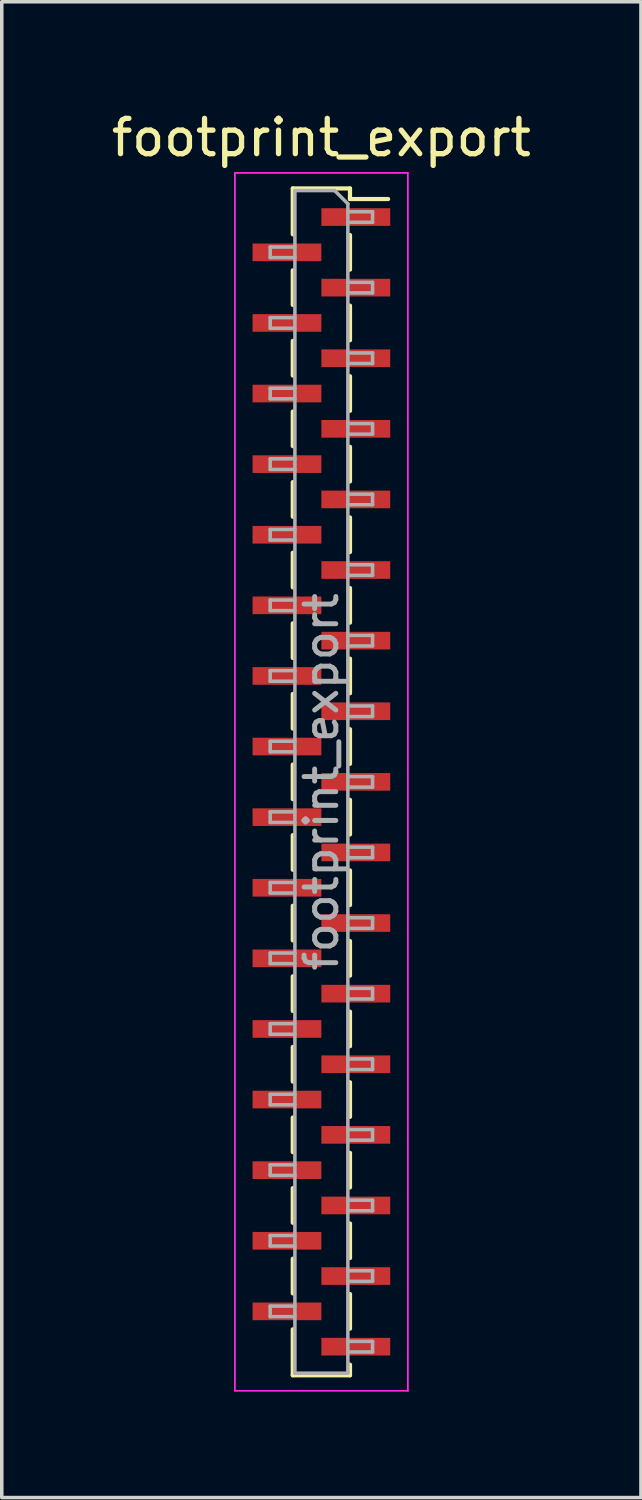
<source format=kicad_pcb>
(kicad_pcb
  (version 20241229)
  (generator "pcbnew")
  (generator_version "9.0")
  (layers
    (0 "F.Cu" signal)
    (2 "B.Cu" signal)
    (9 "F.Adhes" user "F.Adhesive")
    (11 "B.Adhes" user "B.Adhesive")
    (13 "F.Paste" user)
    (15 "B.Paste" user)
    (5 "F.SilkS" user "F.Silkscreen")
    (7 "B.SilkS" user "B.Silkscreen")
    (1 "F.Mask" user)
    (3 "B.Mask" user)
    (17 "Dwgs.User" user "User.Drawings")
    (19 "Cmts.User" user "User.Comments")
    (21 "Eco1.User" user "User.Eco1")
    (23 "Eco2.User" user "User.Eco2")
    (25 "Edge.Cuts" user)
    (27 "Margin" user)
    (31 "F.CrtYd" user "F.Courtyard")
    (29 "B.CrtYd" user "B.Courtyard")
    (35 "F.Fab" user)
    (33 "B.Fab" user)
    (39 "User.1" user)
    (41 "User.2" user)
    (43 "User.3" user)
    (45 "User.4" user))
  (footprint "footprint_export"
    (layer "F.Cu")
    (at 6.054 19.098)
    (property "Reference" "footprint_export" (at 0 -18.25 0) (layer "F.SilkS") (effects (font (size 1 1) (thickness 0.15))))
    (attr smd)
    (fp_line (start -0.81 -16.81) (end -0.81 -15.51) (stroke (width 0.12) (type solid)) (layer "F.SilkS"))
    (fp_line (start -0.81 -16.81) (end 0.81 -16.81) (stroke (width 0.12) (type solid)) (layer "F.SilkS"))
    (fp_line (start -0.81 -14.49) (end -0.81 -13.51) (stroke (width 0.12) (type solid)) (layer "F.SilkS"))
    (fp_line (start -0.81 -12.49) (end -0.81 -11.51) (stroke (width 0.12) (type solid)) (layer "F.SilkS"))
    (fp_line (start -0.81 -10.49) (end -0.81 -9.51) (stroke (width 0.12) (type solid)) (layer "F.SilkS"))
    (fp_line (start -0.81 -8.49) (end -0.81 -7.51) (stroke (width 0.12) (type solid)) (layer "F.SilkS"))
    (fp_line (start -0.81 -6.49) (end -0.81 -5.51) (stroke (width 0.12) (type solid)) (layer "F.SilkS"))
    (fp_line (start -0.81 -4.49) (end -0.81 -3.51) (stroke (width 0.12) (type solid)) (layer "F.SilkS"))
    (fp_line (start -0.81 -2.49) (end -0.81 -1.51) (stroke (width 0.12) (type solid)) (layer "F.SilkS"))
    (fp_line (start -0.81 -0.49) (end -0.81 0.49) (stroke (width 0.12) (type solid)) (layer "F.SilkS"))
    (fp_line (start -0.81 1.51) (end -0.81 2.49) (stroke (width 0.12) (type solid)) (layer "F.SilkS"))
    (fp_line (start -0.81 3.51) (end -0.81 4.49) (stroke (width 0.12) (type solid)) (layer "F.SilkS"))
    (fp_line (start -0.81 5.51) (end -0.81 6.49) (stroke (width 0.12) (type solid)) (layer "F.SilkS"))
    (fp_line (start -0.81 7.51) (end -0.81 8.49) (stroke (width 0.12) (type solid)) (layer "F.SilkS"))
    (fp_line (start -0.81 9.51) (end -0.81 10.49) (stroke (width 0.12) (type solid)) (layer "F.SilkS"))
    (fp_line (start -0.81 11.51) (end -0.81 12.49) (stroke (width 0.12) (type solid)) (layer "F.SilkS"))
    (fp_line (start -0.81 13.51) (end -0.81 14.49) (stroke (width 0.12) (type solid)) (layer "F.SilkS"))
    (fp_line (start -0.81 15.51) (end -0.81 16.81) (stroke (width 0.12) (type solid)) (layer "F.SilkS"))
    (fp_line (start -0.81 16.81) (end 0.81 16.81) (stroke (width 0.12) (type solid)) (layer "F.SilkS"))
    (fp_line (start 0.81 -16.81) (end 0.81 -16.51) (stroke (width 0.12) (type solid)) (layer "F.SilkS"))
    (fp_line (start 0.81 -16.51) (end 1.89 -16.51) (stroke (width 0.12) (type solid)) (layer "F.SilkS"))
    (fp_line (start 0.81 -15.49) (end 0.81 -14.51) (stroke (width 0.12) (type solid)) (layer "F.SilkS"))
    (fp_line (start 0.81 -13.49) (end 0.81 -12.51) (stroke (width 0.12) (type solid)) (layer "F.SilkS"))
    (fp_line (start 0.81 -11.49) (end 0.81 -10.51) (stroke (width 0.12) (type solid)) (layer "F.SilkS"))
    (fp_line (start 0.81 -9.49) (end 0.81 -8.51) (stroke (width 0.12) (type solid)) (layer "F.SilkS"))
    (fp_line (start 0.81 -7.49) (end 0.81 -6.51) (stroke (width 0.12) (type solid)) (layer "F.SilkS"))
    (fp_line (start 0.81 -5.49) (end 0.81 -4.51) (stroke (width 0.12) (type solid)) (layer "F.SilkS"))
    (fp_line (start 0.81 -3.49) (end 0.81 -2.51) (stroke (width 0.12) (type solid)) (layer "F.SilkS"))
    (fp_line (start 0.81 -1.49) (end 0.81 -0.51) (stroke (width 0.12) (type solid)) (layer "F.SilkS"))
    (fp_line (start 0.81 0.51) (end 0.81 1.49) (stroke (width 0.12) (type solid)) (layer "F.SilkS"))
    (fp_line (start 0.81 2.51) (end 0.81 3.49) (stroke (width 0.12) (type solid)) (layer "F.SilkS"))
    (fp_line (start 0.81 4.51) (end 0.81 5.49) (stroke (width 0.12) (type solid)) (layer "F.SilkS"))
    (fp_line (start 0.81 6.51) (end 0.81 7.49) (stroke (width 0.12) (type solid)) (layer "F.SilkS"))
    (fp_line (start 0.81 8.51) (end 0.81 9.49) (stroke (width 0.12) (type solid)) (layer "F.SilkS"))
    (fp_line (start 0.81 10.51) (end 0.81 11.49) (stroke (width 0.12) (type solid)) (layer "F.SilkS"))
    (fp_line (start 0.81 12.51) (end 0.81 13.49) (stroke (width 0.12) (type solid)) (layer "F.SilkS"))
    (fp_line (start 0.81 14.51) (end 0.81 15.49) (stroke (width 0.12) (type solid)) (layer "F.SilkS"))
    (fp_line (start 0.81 16.51) (end 0.81 16.81) (stroke (width 0.12) (type solid)) (layer "F.SilkS"))
    (fp_line (start -2.45 -17.25) (end 2.45 -17.25) (stroke (width 0.05) (type solid)) (layer "F.CrtYd"))
    (fp_line (start -2.45 17.25) (end -2.45 -17.25) (stroke (width 0.05) (type solid)) (layer "F.CrtYd"))
    (fp_line (start 2.45 -17.25) (end 2.45 17.25) (stroke (width 0.05) (type solid)) (layer "F.CrtYd"))
    (fp_line (start 2.45 17.25) (end -2.45 17.25) (stroke (width 0.05) (type solid)) (layer "F.CrtYd"))
    (fp_line (start -1.45 -15.15) (end -0.75 -15.15) (stroke (width 0.1) (type solid)) (layer "F.Fab"))
    (fp_line (start -1.45 -14.85) (end -1.45 -15.15) (stroke (width 0.1) (type solid)) (layer "F.Fab"))
    (fp_line (start -1.45 -13.15) (end -0.75 -13.15) (stroke (width 0.1) (type solid)) (layer "F.Fab"))
    (fp_line (start -1.45 -12.85) (end -1.45 -13.15) (stroke (width 0.1) (type solid)) (layer "F.Fab"))
    (fp_line (start -1.45 -11.15) (end -0.75 -11.15) (stroke (width 0.1) (type solid)) (layer "F.Fab"))
    (fp_line (start -1.45 -10.85) (end -1.45 -11.15) (stroke (width 0.1) (type solid)) (layer "F.Fab"))
    (fp_line (start -1.45 -9.15) (end -0.75 -9.15) (stroke (width 0.1) (type solid)) (layer "F.Fab"))
    (fp_line (start -1.45 -8.85) (end -1.45 -9.15) (stroke (width 0.1) (type solid)) (layer "F.Fab"))
    (fp_line (start -1.45 -7.15) (end -0.75 -7.15) (stroke (width 0.1) (type solid)) (layer "F.Fab"))
    (fp_line (start -1.45 -6.85) (end -1.45 -7.15) (stroke (width 0.1) (type solid)) (layer "F.Fab"))
    (fp_line (start -1.45 -5.15) (end -0.75 -5.15) (stroke (width 0.1) (type solid)) (layer "F.Fab"))
    (fp_line (start -1.45 -4.85) (end -1.45 -5.15) (stroke (width 0.1) (type solid)) (layer "F.Fab"))
    (fp_line (start -1.45 -3.15) (end -0.75 -3.15) (stroke (width 0.1) (type solid)) (layer "F.Fab"))
    (fp_line (start -1.45 -2.85) (end -1.45 -3.15) (stroke (width 0.1) (type solid)) (layer "F.Fab"))
    (fp_line (start -1.45 -1.15) (end -0.75 -1.15) (stroke (width 0.1) (type solid)) (layer "F.Fab"))
    (fp_line (start -1.45 -0.85) (end -1.45 -1.15) (stroke (width 0.1) (type solid)) (layer "F.Fab"))
    (fp_line (start -1.45 0.85) (end -0.75 0.85) (stroke (width 0.1) (type solid)) (layer "F.Fab"))
    (fp_line (start -1.45 1.15) (end -1.45 0.85) (stroke (width 0.1) (type solid)) (layer "F.Fab"))
    (fp_line (start -1.45 2.85) (end -0.75 2.85) (stroke (width 0.1) (type solid)) (layer "F.Fab"))
    (fp_line (start -1.45 3.15) (end -1.45 2.85) (stroke (width 0.1) (type solid)) (layer "F.Fab"))
    (fp_line (start -1.45 4.85) (end -0.75 4.85) (stroke (width 0.1) (type solid)) (layer "F.Fab"))
    (fp_line (start -1.45 5.15) (end -1.45 4.85) (stroke (width 0.1) (type solid)) (layer "F.Fab"))
    (fp_line (start -1.45 6.85) (end -0.75 6.85) (stroke (width 0.1) (type solid)) (layer "F.Fab"))
    (fp_line (start -1.45 7.15) (end -1.45 6.85) (stroke (width 0.1) (type solid)) (layer "F.Fab"))
    (fp_line (start -1.45 8.85) (end -0.75 8.85) (stroke (width 0.1) (type solid)) (layer "F.Fab"))
    (fp_line (start -1.45 9.15) (end -1.45 8.85) (stroke (width 0.1) (type solid)) (layer "F.Fab"))
    (fp_line (start -1.45 10.85) (end -0.75 10.85) (stroke (width 0.1) (type solid)) (layer "F.Fab"))
    (fp_line (start -1.45 11.15) (end -1.45 10.85) (stroke (width 0.1) (type solid)) (layer "F.Fab"))
    (fp_line (start -1.45 12.85) (end -0.75 12.85) (stroke (width 0.1) (type solid)) (layer "F.Fab"))
    (fp_line (start -1.45 13.15) (end -1.45 12.85) (stroke (width 0.1) (type solid)) (layer "F.Fab"))
    (fp_line (start -1.45 14.85) (end -0.75 14.85) (stroke (width 0.1) (type solid)) (layer "F.Fab"))
    (fp_line (start -1.45 15.15) (end -1.45 14.85) (stroke (width 0.1) (type solid)) (layer "F.Fab"))
    (fp_line (start -0.75 -16.75) (end 0.375 -16.75) (stroke (width 0.1) (type solid)) (layer "F.Fab"))
    (fp_line (start -0.75 -14.85) (end -1.45 -14.85) (stroke (width 0.1) (type solid)) (layer "F.Fab"))
    (fp_line (start -0.75 -12.85) (end -1.45 -12.85) (stroke (width 0.1) (type solid)) (layer "F.Fab"))
    (fp_line (start -0.75 -10.85) (end -1.45 -10.85) (stroke (width 0.1) (type solid)) (layer "F.Fab"))
    (fp_line (start -0.75 -8.85) (end -1.45 -8.85) (stroke (width 0.1) (type solid)) (layer "F.Fab"))
    (fp_line (start -0.75 -6.85) (end -1.45 -6.85) (stroke (width 0.1) (type solid)) (layer "F.Fab"))
    (fp_line (start -0.75 -4.85) (end -1.45 -4.85) (stroke (width 0.1) (type solid)) (layer "F.Fab"))
    (fp_line (start -0.75 -2.85) (end -1.45 -2.85) (stroke (width 0.1) (type solid)) (layer "F.Fab"))
    (fp_line (start -0.75 -0.85) (end -1.45 -0.85) (stroke (width 0.1) (type solid)) (layer "F.Fab"))
    (fp_line (start -0.75 1.15) (end -1.45 1.15) (stroke (width 0.1) (type solid)) (layer "F.Fab"))
    (fp_line (start -0.75 3.15) (end -1.45 3.15) (stroke (width 0.1) (type solid)) (layer "F.Fab"))
    (fp_line (start -0.75 5.15) (end -1.45 5.15) (stroke (width 0.1) (type solid)) (layer "F.Fab"))
    (fp_line (start -0.75 7.15) (end -1.45 7.15) (stroke (width 0.1) (type solid)) (layer "F.Fab"))
    (fp_line (start -0.75 9.15) (end -1.45 9.15) (stroke (width 0.1) (type solid)) (layer "F.Fab"))
    (fp_line (start -0.75 11.15) (end -1.45 11.15) (stroke (width 0.1) (type solid)) (layer "F.Fab"))
    (fp_line (start -0.75 13.15) (end -1.45 13.15) (stroke (width 0.1) (type solid)) (layer "F.Fab"))
    (fp_line (start -0.75 15.15) (end -1.45 15.15) (stroke (width 0.1) (type solid)) (layer "F.Fab"))
    (fp_line (start -0.75 16.75) (end -0.75 -16.75) (stroke (width 0.1) (type solid)) (layer "F.Fab"))
    (fp_line (start 0.375 -16.75) (end 0.75 -16.375) (stroke (width 0.1) (type solid)) (layer "F.Fab"))
    (fp_line (start 0.75 -16.375) (end 0.75 16.75) (stroke (width 0.1) (type solid)) (layer "F.Fab"))
    (fp_line (start 0.75 -16.15) (end 1.45 -16.15) (stroke (width 0.1) (type solid)) (layer "F.Fab"))
    (fp_line (start 0.75 -14.15) (end 1.45 -14.15) (stroke (width 0.1) (type solid)) (layer "F.Fab"))
    (fp_line (start 0.75 -12.15) (end 1.45 -12.15) (stroke (width 0.1) (type solid)) (layer "F.Fab"))
    (fp_line (start 0.75 -10.15) (end 1.45 -10.15) (stroke (width 0.1) (type solid)) (layer "F.Fab"))
    (fp_line (start 0.75 -8.15) (end 1.45 -8.15) (stroke (width 0.1) (type solid)) (layer "F.Fab"))
    (fp_line (start 0.75 -6.15) (end 1.45 -6.15) (stroke (width 0.1) (type solid)) (layer "F.Fab"))
    (fp_line (start 0.75 -4.15) (end 1.45 -4.15) (stroke (width 0.1) (type solid)) (layer "F.Fab"))
    (fp_line (start 0.75 -2.15) (end 1.45 -2.15) (stroke (width 0.1) (type solid)) (layer "F.Fab"))
    (fp_line (start 0.75 -0.15) (end 1.45 -0.15) (stroke (width 0.1) (type solid)) (layer "F.Fab"))
    (fp_line (start 0.75 1.85) (end 1.45 1.85) (stroke (width 0.1) (type solid)) (layer "F.Fab"))
    (fp_line (start 0.75 3.85) (end 1.45 3.85) (stroke (width 0.1) (type solid)) (layer "F.Fab"))
    (fp_line (start 0.75 5.85) (end 1.45 5.85) (stroke (width 0.1) (type solid)) (layer "F.Fab"))
    (fp_line (start 0.75 7.85) (end 1.45 7.85) (stroke (width 0.1) (type solid)) (layer "F.Fab"))
    (fp_line (start 0.75 9.85) (end 1.45 9.85) (stroke (width 0.1) (type solid)) (layer "F.Fab"))
    (fp_line (start 0.75 11.85) (end 1.45 11.85) (stroke (width 0.1) (type solid)) (layer "F.Fab"))
    (fp_line (start 0.75 13.85) (end 1.45 13.85) (stroke (width 0.1) (type solid)) (layer "F.Fab"))
    (fp_line (start 0.75 15.85) (end 1.45 15.85) (stroke (width 0.1) (type solid)) (layer "F.Fab"))
    (fp_line (start 0.75 16.75) (end -0.75 16.75) (stroke (width 0.1) (type solid)) (layer "F.Fab"))
    (fp_line (start 1.45 -16.15) (end 1.45 -15.85) (stroke (width 0.1) (type solid)) (layer "F.Fab"))
    (fp_line (start 1.45 -15.85) (end 0.75 -15.85) (stroke (width 0.1) (type solid)) (layer "F.Fab"))
    (fp_line (start 1.45 -14.15) (end 1.45 -13.85) (stroke (width 0.1) (type solid)) (layer "F.Fab"))
    (fp_line (start 1.45 -13.85) (end 0.75 -13.85) (stroke (width 0.1) (type solid)) (layer "F.Fab"))
    (fp_line (start 1.45 -12.15) (end 1.45 -11.85) (stroke (width 0.1) (type solid)) (layer "F.Fab"))
    (fp_line (start 1.45 -11.85) (end 0.75 -11.85) (stroke (width 0.1) (type solid)) (layer "F.Fab"))
    (fp_line (start 1.45 -10.15) (end 1.45 -9.85) (stroke (width 0.1) (type solid)) (layer "F.Fab"))
    (fp_line (start 1.45 -9.85) (end 0.75 -9.85) (stroke (width 0.1) (type solid)) (layer "F.Fab"))
    (fp_line (start 1.45 -8.15) (end 1.45 -7.85) (stroke (width 0.1) (type solid)) (layer "F.Fab"))
    (fp_line (start 1.45 -7.85) (end 0.75 -7.85) (stroke (width 0.1) (type solid)) (layer "F.Fab"))
    (fp_line (start 1.45 -6.15) (end 1.45 -5.85) (stroke (width 0.1) (type solid)) (layer "F.Fab"))
    (fp_line (start 1.45 -5.85) (end 0.75 -5.85) (stroke (width 0.1) (type solid)) (layer "F.Fab"))
    (fp_line (start 1.45 -4.15) (end 1.45 -3.85) (stroke (width 0.1) (type solid)) (layer "F.Fab"))
    (fp_line (start 1.45 -3.85) (end 0.75 -3.85) (stroke (width 0.1) (type solid)) (layer "F.Fab"))
    (fp_line (start 1.45 -2.15) (end 1.45 -1.85) (stroke (width 0.1) (type solid)) (layer "F.Fab"))
    (fp_line (start 1.45 -1.85) (end 0.75 -1.85) (stroke (width 0.1) (type solid)) (layer "F.Fab"))
    (fp_line (start 1.45 -0.15) (end 1.45 0.15) (stroke (width 0.1) (type solid)) (layer "F.Fab"))
    (fp_line (start 1.45 0.15) (end 0.75 0.15) (stroke (width 0.1) (type solid)) (layer "F.Fab"))
    (fp_line (start 1.45 1.85) (end 1.45 2.15) (stroke (width 0.1) (type solid)) (layer "F.Fab"))
    (fp_line (start 1.45 2.15) (end 0.75 2.15) (stroke (width 0.1) (type solid)) (layer "F.Fab"))
    (fp_line (start 1.45 3.85) (end 1.45 4.15) (stroke (width 0.1) (type solid)) (layer "F.Fab"))
    (fp_line (start 1.45 4.15) (end 0.75 4.15) (stroke (width 0.1) (type solid)) (layer "F.Fab"))
    (fp_line (start 1.45 5.85) (end 1.45 6.15) (stroke (width 0.1) (type solid)) (layer "F.Fab"))
    (fp_line (start 1.45 6.15) (end 0.75 6.15) (stroke (width 0.1) (type solid)) (layer "F.Fab"))
    (fp_line (start 1.45 7.85) (end 1.45 8.15) (stroke (width 0.1) (type solid)) (layer "F.Fab"))
    (fp_line (start 1.45 8.15) (end 0.75 8.15) (stroke (width 0.1) (type solid)) (layer "F.Fab"))
    (fp_line (start 1.45 9.85) (end 1.45 10.15) (stroke (width 0.1) (type solid)) (layer "F.Fab"))
    (fp_line (start 1.45 10.15) (end 0.75 10.15) (stroke (width 0.1) (type solid)) (layer "F.Fab"))
    (fp_line (start 1.45 11.85) (end 1.45 12.15) (stroke (width 0.1) (type solid)) (layer "F.Fab"))
    (fp_line (start 1.45 12.15) (end 0.75 12.15) (stroke (width 0.1) (type solid)) (layer "F.Fab"))
    (fp_line (start 1.45 13.85) (end 1.45 14.15) (stroke (width 0.1) (type solid)) (layer "F.Fab"))
    (fp_line (start 1.45 14.15) (end 0.75 14.15) (stroke (width 0.1) (type solid)) (layer "F.Fab"))
    (fp_line (start 1.45 15.85) (end 1.45 16.15) (stroke (width 0.1) (type solid)) (layer "F.Fab"))
    (fp_line (start 1.45 16.15) (end 0.75 16.15) (stroke (width 0.1) (type solid)) (layer "F.Fab"))
    (fp_text user "${REFERENCE}" (at 0 0 90) (layer "F.Fab") (effects (font (size 0.9 0.9) (thickness 0.14))))
    (pad "1" smd rect (at 0.975 -16) (size 1.95 0.5) (layers "F.Cu" "F.Mask" "F.Paste"))
    (pad "2" smd rect (at -0.975 -15) (size 1.95 0.5) (layers "F.Cu" "F.Mask" "F.Paste"))
    (pad "3" smd rect (at 0.975 -14) (size 1.95 0.5) (layers "F.Cu" "F.Mask" "F.Paste"))
    (pad "4" smd rect (at -0.975 -13) (size 1.95 0.5) (layers "F.Cu" "F.Mask" "F.Paste"))
    (pad "5" smd rect (at 0.975 -12) (size 1.95 0.5) (layers "F.Cu" "F.Mask" "F.Paste"))
    (pad "6" smd rect (at -0.975 -11) (size 1.95 0.5) (layers "F.Cu" "F.Mask" "F.Paste"))
    (pad "7" smd rect (at 0.975 -10) (size 1.95 0.5) (layers "F.Cu" "F.Mask" "F.Paste"))
    (pad "8" smd rect (at -0.975 -9) (size 1.95 0.5) (layers "F.Cu" "F.Mask" "F.Paste"))
    (pad "9" smd rect (at 0.975 -8) (size 1.95 0.5) (layers "F.Cu" "F.Mask" "F.Paste"))
    (pad "10" smd rect (at -0.975 -7) (size 1.95 0.5) (layers "F.Cu" "F.Mask" "F.Paste"))
    (pad "11" smd rect (at 0.975 -6) (size 1.95 0.5) (layers "F.Cu" "F.Mask" "F.Paste"))
    (pad "12" smd rect (at -0.975 -5) (size 1.95 0.5) (layers "F.Cu" "F.Mask" "F.Paste"))
    (pad "13" smd rect (at 0.975 -4) (size 1.95 0.5) (layers "F.Cu" "F.Mask" "F.Paste"))
    (pad "14" smd rect (at -0.975 -3) (size 1.95 0.5) (layers "F.Cu" "F.Mask" "F.Paste"))
    (pad "15" smd rect (at 0.975 -2) (size 1.95 0.5) (layers "F.Cu" "F.Mask" "F.Paste"))
    (pad "16" smd rect (at -0.975 -1) (size 1.95 0.5) (layers "F.Cu" "F.Mask" "F.Paste"))
    (pad "17" smd rect (at 0.975 0) (size 1.95 0.5) (layers "F.Cu" "F.Mask" "F.Paste"))
    (pad "18" smd rect (at -0.975 1) (size 1.95 0.5) (layers "F.Cu" "F.Mask" "F.Paste"))
    (pad "19" smd rect (at 0.975 2) (size 1.95 0.5) (layers "F.Cu" "F.Mask" "F.Paste"))
    (pad "20" smd rect (at -0.975 3) (size 1.95 0.5) (layers "F.Cu" "F.Mask" "F.Paste"))
    (pad "21" smd rect (at 0.975 4) (size 1.95 0.5) (layers "F.Cu" "F.Mask" "F.Paste"))
    (pad "22" smd rect (at -0.975 5) (size 1.95 0.5) (layers "F.Cu" "F.Mask" "F.Paste"))
    (pad "23" smd rect (at 0.975 6) (size 1.95 0.5) (layers "F.Cu" "F.Mask" "F.Paste"))
    (pad "24" smd rect (at -0.975 7) (size 1.95 0.5) (layers "F.Cu" "F.Mask" "F.Paste"))
    (pad "25" smd rect (at 0.975 8) (size 1.95 0.5) (layers "F.Cu" "F.Mask" "F.Paste"))
    (pad "26" smd rect (at -0.975 9) (size 1.95 0.5) (layers "F.Cu" "F.Mask" "F.Paste"))
    (pad "27" smd rect (at 0.975 10) (size 1.95 0.5) (layers "F.Cu" "F.Mask" "F.Paste"))
    (pad "28" smd rect (at -0.975 11) (size 1.95 0.5) (layers "F.Cu" "F.Mask" "F.Paste"))
    (pad "29" smd rect (at 0.975 12) (size 1.95 0.5) (layers "F.Cu" "F.Mask" "F.Paste"))
    (pad "30" smd rect (at -0.975 13) (size 1.95 0.5) (layers "F.Cu" "F.Mask" "F.Paste"))
    (pad "31" smd rect (at 0.975 14) (size 1.95 0.5) (layers "F.Cu" "F.Mask" "F.Paste"))
    (pad "32" smd rect (at -0.975 15) (size 1.95 0.5) (layers "F.Cu" "F.Mask" "F.Paste"))
    (pad "33" smd rect (at 0.975 16) (size 1.95 0.5) (layers "F.Cu" "F.Mask" "F.Paste")))
  (gr_rect
    (start -3 -3)
    (end 15.107 39.373)
    (stroke (width 0.1) (type default))
    (fill no)
    (layer "Edge.Cuts")))
</source>
